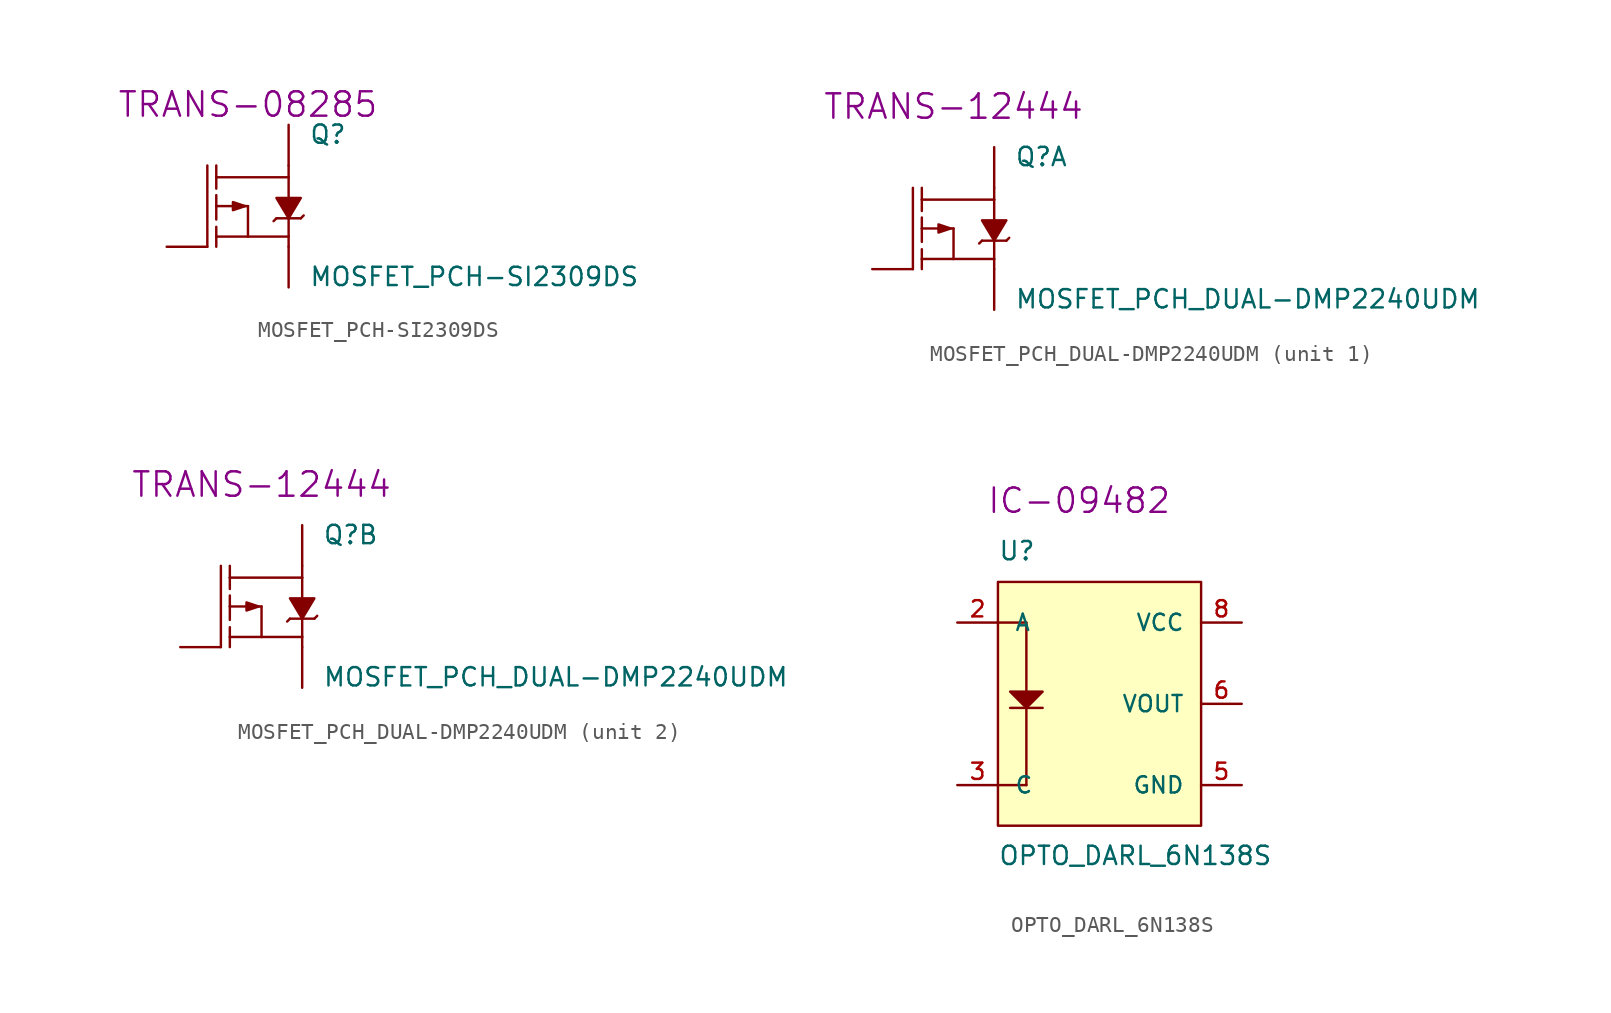
<source format=kicad_sym>
(kicad_symbol_lib
  (version 20220914)
  (generator kicad_symbol_editor)
  (symbol "MOSFET_PCH-SI2309DS"
    (pin_numbers hide)
    (pin_names
      (offset 1.016) hide)
    (property "Reference" "Q"
      (at 3.81 3.81 0)
      (effects (font (size 1.143 1.143)) (justify left bottom)))
    (property "Value" "MOSFET_PCH-SI2309DS"
      (at 3.81 -5.08 0)
      (effects (font (size 1.143 1.143)) (justify left bottom)))
    (property "Field4" "TRANS-08285"
      (at 0 6.35 0)
      (effects (font (size 1.524 1.524))))
    (property "ki_locked" ""
      (at 0 0 0)
      (effects (font (size 1.27 1.27))))
    (symbol "MOSFET_PCH-SI2309DS_1_0"
      (polyline (pts (xy -2.54 -2.54) (xy -2.54 2.54)) (stroke (width 0) (type solid)) (fill (type none)))
      (polyline (pts (xy -1.981 -1.905) (xy -1.981 -2.54)) (stroke (width 0) (type solid)) (fill (type none)))
      (polyline (pts (xy -1.981 -1.905) (xy 0 -1.905)) (stroke (width 0) (type solid)) (fill (type none)))
      (polyline (pts (xy -1.981 -1.295) (xy -1.981 -1.905)) (stroke (width 0) (type solid)) (fill (type none)))
      (polyline (pts (xy -1.981 0) (xy -1.981 -0.838)) (stroke (width 0) (type solid)) (fill (type none)))
      (polyline (pts (xy -1.981 0.686) (xy -1.981 0)) (stroke (width 0) (type solid)) (fill (type none)))
      (polyline (pts (xy -1.981 1.803) (xy -1.981 1.092)) (stroke (width 0) (type solid)) (fill (type none)))
      (polyline (pts (xy -1.981 1.803) (xy 2.54 1.803)) (stroke (width 0) (type solid)) (fill (type none)))
      (polyline (pts (xy -1.981 2.54) (xy -1.981 1.803)) (stroke (width 0) (type solid)) (fill (type none)))
      (polyline (pts (xy 0 -1.905) (xy 0 0)) (stroke (width 0) (type solid)) (fill (type none)))
      (polyline (pts (xy 0 0) (xy -1.981 0)) (stroke (width 0) (type solid)) (fill (type none)))
      (polyline (pts (xy 1.778 -0.762) (xy 1.6 -0.94)) (stroke (width 0) (type solid)) (fill (type none)))
      (polyline (pts (xy 1.778 -0.762) (xy 3.302 -0.762)) (stroke (width 0) (type solid)) (fill (type none)))
      (polyline (pts (xy 2.54 -2.54) (xy 2.54 -1.905)) (stroke (width 0) (type solid)) (fill (type none)))
      (polyline (pts (xy 2.54 -1.905) (xy 0 -1.905)) (stroke (width 0) (type solid)) (fill (type none)))
      (polyline (pts (xy 2.54 -1.905) (xy 2.54 -0.787)) (stroke (width 0) (type solid)) (fill (type none)))
      (polyline (pts (xy 2.54 1.803) (xy 2.54 0.584)) (stroke (width 0) (type solid)) (fill (type none)))
      (polyline (pts (xy 2.54 2.54) (xy 2.54 1.803)) (stroke (width 0) (type solid)) (fill (type none)))
      (polyline (pts (xy 3.48 -0.584) (xy 3.302 -0.762)) (stroke (width 0) (type solid)) (fill (type none))))
    (symbol "MOSFET_PCH-SI2309DS_1_1"
      (polyline (pts (xy -0.178 0) (xy -0.94 -0.254) (xy -0.94 -0.254) (xy -0.94 0.254) (xy -0.94 0.254) (xy -0.178 0)) (stroke (width 0) (type solid)) (fill (type outline)))
      (polyline (pts (xy 3.302 0.508) (xy 2.54 -0.762) (xy 2.54 -0.762) (xy 1.778 0.508) (xy 1.778 0.508) (xy 3.302 0.508)) (stroke (width 0) (type solid)) (fill (type outline)))
      (pin bidirectional line (at -5.08 -2.54 0) (length 2.54) (name "G" (effects (font (size 1.016 1.016)))) (number "1" (effects (font (size 1.016 1.016)))))
      (pin bidirectional line (at 2.54 -5.08 90) (length 2.54) (name "S" (effects (font (size 1.016 1.016)))) (number "2" (effects (font (size 1.016 1.016)))))
      (pin bidirectional line (at 2.54 5.08 270) (length 2.54) (name "D" (effects (font (size 1.016 1.016)))) (number "3" (effects (font (size 1.016 1.016)))))))
  (symbol "MOSFET_PCH_DUAL-DMP2240UDM"
    (pin_numbers hide)
    (pin_names
      (offset 1.016) hide)
    (property "Reference" "Q"
      (at 3.81 3.81 0)
      (effects (font (size 1.143 1.143)) (justify left bottom)))
    (property "Value" "MOSFET_PCH_DUAL-DMP2240UDM"
      (at 3.81 -5.08 0)
      (effects (font (size 1.143 1.143)) (justify left bottom)))
    (property "Field4" "TRANS-12444"
      (at 0 7.62 0)
      (effects (font (size 1.524 1.524))))
    (property "ki_locked" ""
      (at 0 0 0)
      (effects (font (size 1.27 1.27))))
    (symbol "MOSFET_PCH_DUAL-DMP2240UDM_1_0"
      (polyline (pts (xy -2.54 -2.54) (xy -2.54 2.54)) (stroke (width 0) (type solid)) (fill (type none)))
      (polyline (pts (xy -1.981 -1.905) (xy -1.981 -2.54)) (stroke (width 0) (type solid)) (fill (type none)))
      (polyline (pts (xy -1.981 -1.905) (xy 0 -1.905)) (stroke (width 0) (type solid)) (fill (type none)))
      (polyline (pts (xy -1.981 -1.295) (xy -1.981 -1.905)) (stroke (width 0) (type solid)) (fill (type none)))
      (polyline (pts (xy -1.981 0) (xy -1.981 -0.838)) (stroke (width 0) (type solid)) (fill (type none)))
      (polyline (pts (xy -1.981 0.686) (xy -1.981 0)) (stroke (width 0) (type solid)) (fill (type none)))
      (polyline (pts (xy -1.981 1.803) (xy -1.981 1.092)) (stroke (width 0) (type solid)) (fill (type none)))
      (polyline (pts (xy -1.981 1.803) (xy 2.54 1.803)) (stroke (width 0) (type solid)) (fill (type none)))
      (polyline (pts (xy -1.981 2.54) (xy -1.981 1.803)) (stroke (width 0) (type solid)) (fill (type none)))
      (polyline (pts (xy 0 -1.905) (xy 0 0)) (stroke (width 0) (type solid)) (fill (type none)))
      (polyline (pts (xy 0 0) (xy -1.981 0)) (stroke (width 0) (type solid)) (fill (type none)))
      (polyline (pts (xy 1.778 -0.762) (xy 1.6 -0.94)) (stroke (width 0) (type solid)) (fill (type none)))
      (polyline (pts (xy 1.778 -0.762) (xy 3.302 -0.762)) (stroke (width 0) (type solid)) (fill (type none)))
      (polyline (pts (xy 2.54 -2.54) (xy 2.54 -1.905)) (stroke (width 0) (type solid)) (fill (type none)))
      (polyline (pts (xy 2.54 -1.905) (xy 0 -1.905)) (stroke (width 0) (type solid)) (fill (type none)))
      (polyline (pts (xy 2.54 -1.905) (xy 2.54 -0.787)) (stroke (width 0) (type solid)) (fill (type none)))
      (polyline (pts (xy 2.54 1.803) (xy 2.54 0.584)) (stroke (width 0) (type solid)) (fill (type none)))
      (polyline (pts (xy 2.54 2.54) (xy 2.54 1.803)) (stroke (width 0) (type solid)) (fill (type none)))
      (polyline (pts (xy 3.48 -0.584) (xy 3.302 -0.762)) (stroke (width 0) (type solid)) (fill (type none))))
    (symbol "MOSFET_PCH_DUAL-DMP2240UDM_1_1"
      (polyline (pts (xy -0.178 0) (xy -0.94 -0.254) (xy -0.94 -0.254) (xy -0.94 0.254) (xy -0.94 0.254) (xy -0.178 0)) (stroke (width 0) (type solid)) (fill (type outline)))
      (polyline (pts (xy 3.302 0.508) (xy 2.54 -0.762) (xy 2.54 -0.762) (xy 1.778 0.508) (xy 1.778 0.508) (xy 3.302 0.508)) (stroke (width 0) (type solid)) (fill (type outline)))
      (pin bidirectional line (at 2.54 5.08 270) (length 2.54) (name "D" (effects (font (size 1.016 1.016)))) (number "D2" (effects (font (size 1.016 1.016)))))
      (pin bidirectional line (at -5.08 -2.54 0) (length 2.54) (name "G" (effects (font (size 1.016 1.016)))) (number "G2" (effects (font (size 1.016 1.016)))))
      (pin bidirectional line (at 2.54 -5.08 90) (length 2.54) (name "S" (effects (font (size 1.016 1.016)))) (number "S2" (effects (font (size 1.016 1.016))))))
    (symbol "MOSFET_PCH_DUAL-DMP2240UDM_2_0"
      (polyline (pts (xy -2.54 -2.54) (xy -2.54 2.54)) (stroke (width 0) (type solid)) (fill (type none)))
      (polyline (pts (xy -1.981 -1.905) (xy -1.981 -2.54)) (stroke (width 0) (type solid)) (fill (type none)))
      (polyline (pts (xy -1.981 -1.905) (xy 0 -1.905)) (stroke (width 0) (type solid)) (fill (type none)))
      (polyline (pts (xy -1.981 -1.295) (xy -1.981 -1.905)) (stroke (width 0) (type solid)) (fill (type none)))
      (polyline (pts (xy -1.981 0) (xy -1.981 -0.838)) (stroke (width 0) (type solid)) (fill (type none)))
      (polyline (pts (xy -1.981 0.686) (xy -1.981 0)) (stroke (width 0) (type solid)) (fill (type none)))
      (polyline (pts (xy -1.981 1.803) (xy -1.981 1.092)) (stroke (width 0) (type solid)) (fill (type none)))
      (polyline (pts (xy -1.981 1.803) (xy 2.54 1.803)) (stroke (width 0) (type solid)) (fill (type none)))
      (polyline (pts (xy -1.981 2.54) (xy -1.981 1.803)) (stroke (width 0) (type solid)) (fill (type none)))
      (polyline (pts (xy 0 -1.905) (xy 0 0)) (stroke (width 0) (type solid)) (fill (type none)))
      (polyline (pts (xy 0 0) (xy -1.981 0)) (stroke (width 0) (type solid)) (fill (type none)))
      (polyline (pts (xy 1.778 -0.762) (xy 1.6 -0.94)) (stroke (width 0) (type solid)) (fill (type none)))
      (polyline (pts (xy 1.778 -0.762) (xy 3.302 -0.762)) (stroke (width 0) (type solid)) (fill (type none)))
      (polyline (pts (xy 2.54 -2.54) (xy 2.54 -1.905)) (stroke (width 0) (type solid)) (fill (type none)))
      (polyline (pts (xy 2.54 -1.905) (xy 0 -1.905)) (stroke (width 0) (type solid)) (fill (type none)))
      (polyline (pts (xy 2.54 -1.905) (xy 2.54 -0.787)) (stroke (width 0) (type solid)) (fill (type none)))
      (polyline (pts (xy 2.54 1.803) (xy 2.54 0.584)) (stroke (width 0) (type solid)) (fill (type none)))
      (polyline (pts (xy 2.54 2.54) (xy 2.54 1.803)) (stroke (width 0) (type solid)) (fill (type none)))
      (polyline (pts (xy 3.48 -0.584) (xy 3.302 -0.762)) (stroke (width 0) (type solid)) (fill (type none))))
    (symbol "MOSFET_PCH_DUAL-DMP2240UDM_2_1"
      (polyline (pts (xy -0.178 0) (xy -0.94 -0.254) (xy -0.94 -0.254) (xy -0.94 0.254) (xy -0.94 0.254) (xy -0.178 0)) (stroke (width 0) (type solid)) (fill (type outline)))
      (polyline (pts (xy 3.302 0.508) (xy 2.54 -0.762) (xy 2.54 -0.762) (xy 1.778 0.508) (xy 1.778 0.508) (xy 3.302 0.508)) (stroke (width 0) (type solid)) (fill (type outline)))
      (pin bidirectional line (at 2.54 5.08 270) (length 2.54) (name "D" (effects (font (size 1.016 1.016)))) (number "D1" (effects (font (size 1.016 1.016)))))
      (pin bidirectional line (at -5.08 -2.54 0) (length 2.54) (name "G" (effects (font (size 1.016 1.016)))) (number "G1" (effects (font (size 1.016 1.016)))))
      (pin bidirectional line (at 2.54 -5.08 90) (length 2.54) (name "S" (effects (font (size 1.016 1.016)))) (number "S1" (effects (font (size 1.016 1.016)))))))
  (symbol "OPTO_DARL_6N138S"
    (pin_names
      (offset 1.016))
    (property "Reference" "U"
      (at -5.08 6.35 0)
      (effects (font (size 1.143 1.143)) (justify left bottom)))
    (property "Value" "OPTO_DARL_6N138S"
      (at -5.08 -12.7 0)
      (effects (font (size 1.143 1.143)) (justify left bottom)))
    (property "Field4" "IC-09482"
      (at 0 10.16 0)
      (effects (font (size 1.524 1.524))))
    (property "ki_locked" ""
      (at 0 0 0)
      (effects (font (size 1.27 1.27))))
    (symbol "OPTO_DARL_6N138S_1_0"
      (polyline (pts (xy -5.08 2.54) (xy -3.302 2.54)) (stroke (width 0) (type solid)) (fill (type none)))
      (polyline (pts (xy -4.318 -2.794) (xy -3.302 -2.794)) (stroke (width 0) (type solid)) (fill (type none)))
      (polyline (pts (xy -3.302 -7.62) (xy -5.08 -7.62)) (stroke (width 0) (type solid)) (fill (type none)))
      (polyline (pts (xy -3.302 -2.794) (xy -3.302 -7.62)) (stroke (width 0) (type solid)) (fill (type none)))
      (polyline (pts (xy -3.302 -2.794) (xy -2.286 -2.794)) (stroke (width 0) (type solid)) (fill (type none)))
      (polyline (pts (xy -3.302 2.54) (xy -3.302 -1.778)) (stroke (width 0) (type solid)) (fill (type none))))
    (symbol "OPTO_DARL_6N138S_1_1"
      (polyline (pts (xy -4.318 -1.778) (xy -3.302 -2.794) (xy -3.302 -2.794) (xy -2.286 -1.778) (xy -2.286 -1.778) (xy -4.318 -1.778)) (stroke (width 0) (type solid)) (fill (type outline)))
      (polyline (pts (xy -5.08 -10.16) (xy 7.62 -10.16) (xy 7.62 5.08) (xy -5.08 5.08) (xy -5.08 2.54) (xy -5.08 -7.62) (xy -5.08 -10.16)) (stroke (width 0) (type solid)) (fill (type background)))
      (pin bidirectional line (at -7.62 2.54 0) (length 2.54) (name "A" (effects (font (size 1.016 1.016)))) (number "2" (effects (font (size 1.016 1.016)))))
      (pin bidirectional line (at -7.62 -7.62 0) (length 2.54) (name "C" (effects (font (size 1.016 1.016)))) (number "3" (effects (font (size 1.016 1.016)))))
      (pin bidirectional line (at 10.16 -7.62 180) (length 2.54) (name "GND" (effects (font (size 1.016 1.016)))) (number "5" (effects (font (size 1.016 1.016)))))
      (pin bidirectional line (at 10.16 -2.54 180) (length 2.54) (name "VOUT" (effects (font (size 1.016 1.016)))) (number "6" (effects (font (size 1.016 1.016)))))
      (pin bidirectional line (at 10.16 2.54 180) (length 2.54) (name "VCC" (effects (font (size 1.016 1.016)))) (number "8" (effects (font (size 1.016 1.016))))))))
</source>
